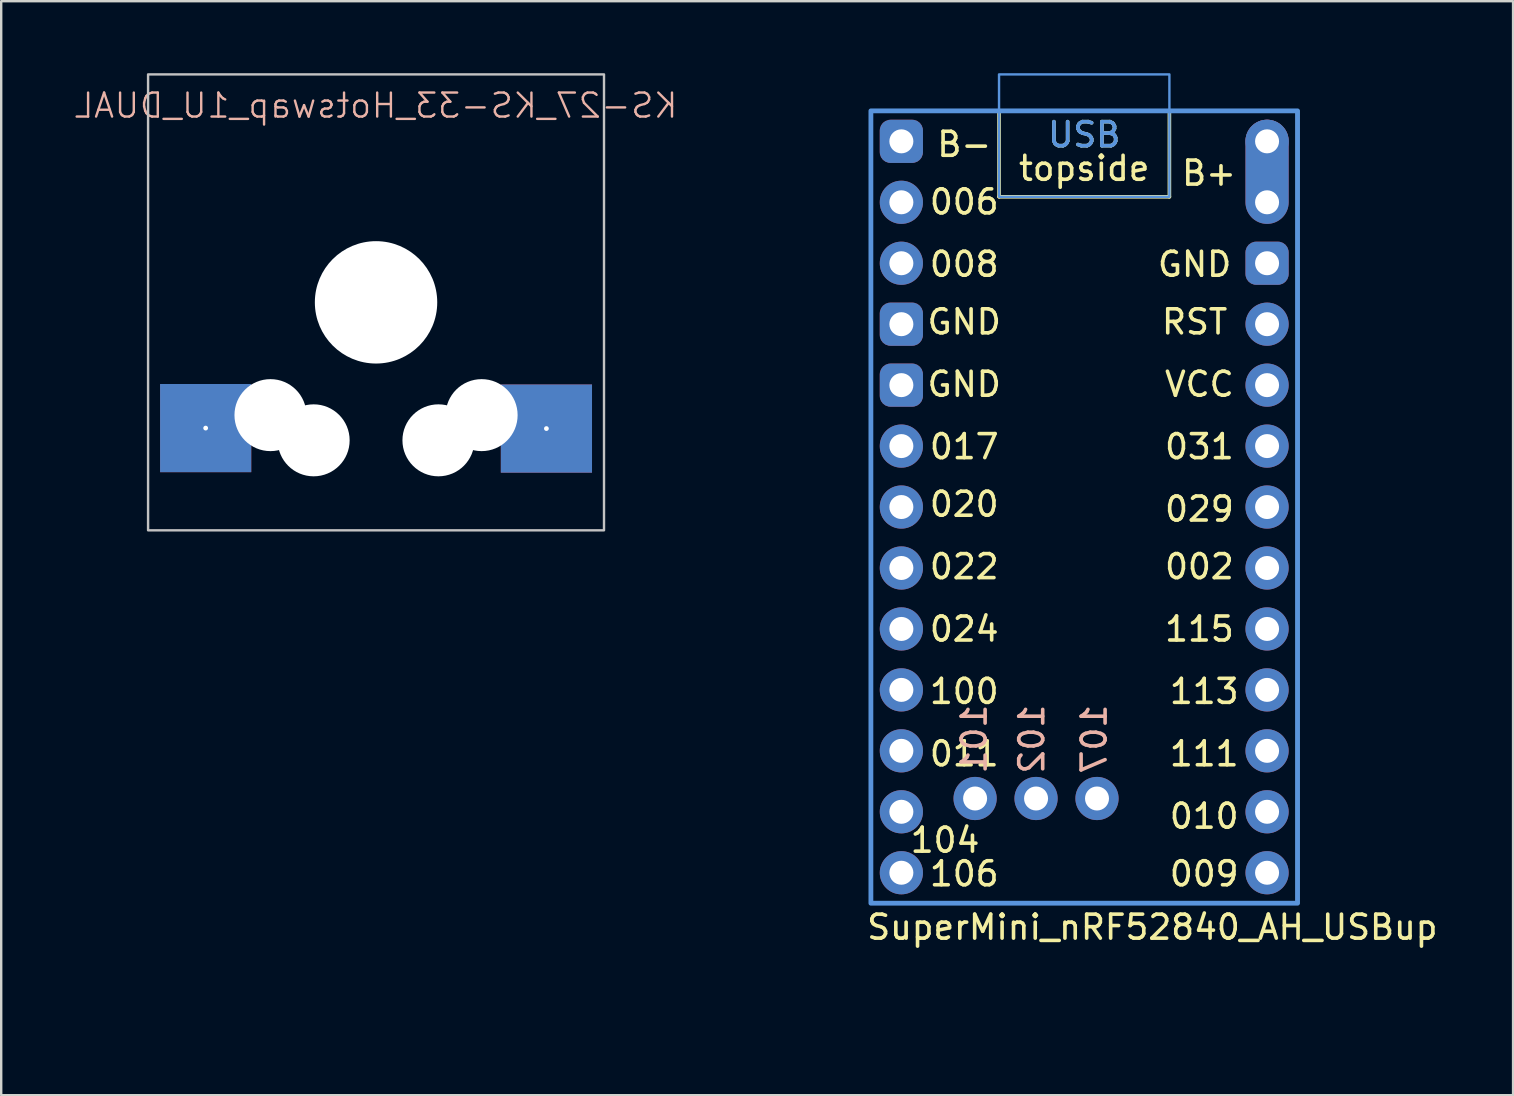
<source format=kicad_pcb>
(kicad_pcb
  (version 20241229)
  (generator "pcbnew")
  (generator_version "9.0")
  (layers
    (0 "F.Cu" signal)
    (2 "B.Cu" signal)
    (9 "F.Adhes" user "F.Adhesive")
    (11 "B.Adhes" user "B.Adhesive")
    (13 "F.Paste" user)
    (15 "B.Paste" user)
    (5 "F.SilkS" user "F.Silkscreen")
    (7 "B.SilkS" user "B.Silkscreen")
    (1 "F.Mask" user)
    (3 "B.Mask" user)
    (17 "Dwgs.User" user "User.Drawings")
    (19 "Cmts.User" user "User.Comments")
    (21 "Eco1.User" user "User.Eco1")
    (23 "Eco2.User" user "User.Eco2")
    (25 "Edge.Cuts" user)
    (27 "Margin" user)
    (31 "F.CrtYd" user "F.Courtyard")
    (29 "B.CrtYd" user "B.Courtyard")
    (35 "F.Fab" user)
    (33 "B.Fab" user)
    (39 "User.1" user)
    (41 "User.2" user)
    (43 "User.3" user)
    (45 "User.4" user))
  (footprint "KS-27_KS-33_Hotswap_1U_DUAL"
    (layer "F.Cu")
    (at 12.621 9.55)
    (property "Reference" "KS-27_KS-33_Hotswap_1U_DUAL" (at 0 -8.2 0) (layer "B.SilkS") (effects (font (size 1 1) (thickness 0.1)) (justify mirror)))
    (attr smd)
    (fp_rect (start -9.5 -9.5) (end 9.5 9.5) (stroke (width 0.1) (type default)) (fill no) (layer "Dwgs.User"))
    (fp_rect (start -7 -7) (end 7 7) (stroke (width 0.1) (type default)) (fill no) (layer "User.1"))
    (pad "" np_thru_hole circle (at -4.4 4.7) (size 3 3) (drill 3) (layers "*.Cu" "*.Mask"))
    (pad "" np_thru_hole circle (at -2.6 5.75) (size 3 3) (drill 3) (layers "*.Cu" "*.Mask"))
    (pad "" np_thru_hole circle (at 0 0) (size 5.1 5.1) (drill 5.1) (layers "*.Cu" "*.Mask"))
    (pad "" np_thru_hole circle (at 2.6 5.75) (size 3 3) (drill 3) (layers "*.Cu" "*.Mask"))
    (pad "" np_thru_hole circle (at 4.4 4.7) (size 3 3) (drill 3) (layers "*.Cu" "*.Mask"))
    (pad "1" thru_hole rect (at -7.1 5.24) (size 3.8 3.675) (drill 0.2) (layers "*.Cu" "*.Paste" "*.Mask"))
    (pad "2" thru_hole rect (at 7.1 5.26) (size 3.8 3.675) (drill 0.2) (layers "*.Cu" "*.Paste" "*.Mask")))
  (footprint "SuperMini_nRF52840_AH_USBup"
    (layer "F.Cu")
    (at 42.133 19.35)
    (property "Reference" "SuperMini_nRF52840_AH_USBup" (at -9.14 16.24 0) (layer "F.SilkS") (effects (font (size 1 1) (thickness 0.15)) (justify left)))
    (attr through_hole exclude_from_pos_files exclude_from_bom)
    (fp_line (start -3.55 -14.2) (end -3.55 -17.78) (stroke (width 0.15) (type default)) (layer "F.SilkS"))
    (fp_line (start 3.55 -14.2) (end -3.55 -14.2) (stroke (width 0.15) (type default)) (layer "F.SilkS"))
    (fp_line (start 3.55 -14.2) (end 3.55 -17.78) (stroke (width 0.15) (type default)) (layer "F.SilkS"))
    (fp_rect (start -8.89 -17.78) (end 8.89 15.24) (stroke (width 0.15) (type solid)) (fill no) (layer "F.SilkS"))
    (fp_rect (start -3.55 -19.3) (end 3.55 -14.2) (stroke (width 0.1) (type default)) (fill no) (layer "Cmts.User"))
    (fp_rect (start 8.89 -17.78) (end -8.89 15.24) (stroke (width 0.2) (type solid)) (fill no) (layer "Cmts.User"))
    (fp_text user "GND" (at -5 -8.4 0) (layer "F.SilkS") (effects (font (size 1 1) (thickness 0.15)) (justify bottom)))
    (fp_text user "GND" (at 4.6 -10.8 0) (layer "F.SilkS") (effects (font (size 1 1) (thickness 0.15)) (justify bottom)))
    (fp_text user "111" (at 5 9.6 0) (layer "F.SilkS") (effects (font (size 1 1) (thickness 0.15)) (justify bottom)))
    (fp_text user "USB" (at 0 -16.2 0) (unlocked yes) (layer "F.SilkS") (effects (font (size 1 1) (thickness 0.15)) (justify bottom)))
    (fp_text user "B-" (at -5 -15.8 0) (layer "F.SilkS") (effects (font (size 1 1) (thickness 0.15)) (justify bottom)))
    (fp_text user "104" (at -5.8 13.2 0) (layer "F.SilkS") (effects (font (size 1 1) (thickness 0.15)) (justify bottom)))
    (fp_text user "020" (at -5 -0.8 0) (layer "F.SilkS") (effects (font (size 1 1) (thickness 0.15)) (justify bottom)))
    (fp_text user "029" (at 4.8 -0.6 0) (layer "F.SilkS") (effects (font (size 1 1) (thickness 0.15)) (justify bottom)))
    (fp_text user "017" (at -5 -3.2 0) (layer "F.SilkS") (effects (font (size 1 1) (thickness 0.15)) (justify bottom)))
    (fp_text user "VCC" (at 4.8 -5.8 0) (layer "F.SilkS") (effects (font (size 1 1) (thickness 0.15)) (justify bottom)))
    (fp_text user "024" (at -5 4.4 0) (layer "F.SilkS") (effects (font (size 1 1) (thickness 0.15)) (justify bottom)))
    (fp_text user "106" (at -5 14.6 0) (layer "F.SilkS") (effects (font (size 1 1) (thickness 0.15)) (justify bottom)))
    (fp_text user "100" (at -5 7 0) (layer "F.SilkS") (effects (font (size 1 1) (thickness 0.15)) (justify bottom)))
    (fp_text user "031" (at 4.8 -3.2 0) (layer "F.SilkS") (effects (font (size 1 1) (thickness 0.15)) (justify bottom)))
    (fp_text user "010" (at 5 12.2 0) (layer "F.SilkS") (effects (font (size 1 1) (thickness 0.15)) (justify bottom)))
    (fp_text user "006" (at -5 -13.4 0) (layer "F.SilkS") (effects (font (size 1 1) (thickness 0.15)) (justify bottom)))
    (fp_text user "113" (at 5 7 0) (layer "F.SilkS") (effects (font (size 1 1) (thickness 0.15)) (justify bottom)))
    (fp_text user "022" (at -5 1.8 0) (layer "F.SilkS") (effects (font (size 1 1) (thickness 0.15)) (justify bottom)))
    (fp_text user "009" (at 5 14.6 0) (layer "F.SilkS") (effects (font (size 1 1) (thickness 0.15)) (justify bottom)))
    (fp_text user "RST" (at 4.6 -8.4 0) (layer "F.SilkS") (effects (font (size 1 1) (thickness 0.15)) (justify bottom)))
    (fp_text user "topside" (at 0 -14.8 0) (unlocked yes) (layer "F.SilkS") (effects (font (size 1 1) (thickness 0.15)) (justify bottom)))
    (fp_text user "011" (at -5 9.6 0) (layer "F.SilkS") (effects (font (size 1 1) (thickness 0.15)) (justify bottom)))
    (fp_text user "GND" (at -5 -5.8 0) (layer "F.SilkS") (effects (font (size 1 1) (thickness 0.15)) (justify bottom)))
    (fp_text user "B+" (at 5.2 -14.6 0) (layer "F.SilkS") (effects (font (size 1 1) (thickness 0.15)) (justify bottom)))
    (fp_text user "115" (at 4.8 4.4 0) (layer "F.SilkS") (effects (font (size 1 1) (thickness 0.15)) (justify bottom)))
    (fp_text user "008" (at -5 -10.8 0) (layer "F.SilkS") (effects (font (size 1 1) (thickness 0.15)) (justify bottom)))
    (fp_text user "002" (at 4.8 1.8 0) (layer "F.SilkS") (effects (font (size 1 1) (thickness 0.15)) (justify bottom)))
    (fp_text user "101" (at -4 8.4 270) (layer "B.SilkS") (effects (font (size 1 1) (thickness 0.15)) (justify bottom mirror)))
    (fp_text user "107" (at 1 8.4 270) (layer "B.SilkS") (effects (font (size 1 1) (thickness 0.15)) (justify bottom mirror)))
    (fp_text user "102" (at -1.6 8.4 270) (layer "B.SilkS") (effects (font (size 1 1) (thickness 0.15)) (justify bottom mirror)))
    (fp_text user "USB" (at 0 -16.2 0) (layer "Cmts.User") (effects (font (size 1 1) (thickness 0.15)) (justify bottom)))
    (pad "1" thru_hole circle (at -7.62 -13.97) (size 1.8 1.8) (drill 1) (layers "*.Cu" "B.Mask"))
    (pad "2" thru_hole circle (at -7.62 -11.43) (size 1.8 1.8) (drill 1) (layers "*.Cu" "B.Mask"))
    (pad "3" thru_hole roundrect (at -7.62 -8.89) (size 1.8 1.8) (drill 1) (layers "*.Cu" "B.Mask") (roundrect_rratio 0.25))
    (pad "4" thru_hole roundrect (at -7.62 -6.35) (size 1.8 1.8) (drill 1) (layers "*.Cu" "B.Mask") (roundrect_rratio 0.25))
    (pad "5" thru_hole circle (at -7.62 -3.81) (size 1.8 1.8) (drill 1) (layers "*.Cu" "B.Mask"))
    (pad "6" thru_hole circle (at -7.62 -1.27) (size 1.8 1.8) (drill 1) (layers "*.Cu" "B.Mask"))
    (pad "7" thru_hole circle (at -7.62 1.27) (size 1.8 1.8) (drill 1) (layers "*.Cu" "B.Mask"))
    (pad "8" thru_hole circle (at -7.62 3.81) (size 1.8 1.8) (drill 1) (layers "*.Cu" "B.Mask"))
    (pad "9" thru_hole circle (at -7.62 6.35) (size 1.8 1.8) (drill 1) (layers "*.Cu" "B.Mask"))
    (pad "10" thru_hole circle (at -7.62 8.89) (size 1.8 1.8) (drill 1) (layers "*.Cu" "B.Mask"))
    (pad "11" thru_hole circle (at -7.62 11.43) (size 1.8 1.8) (drill 1) (layers "*.Cu" "B.Mask"))
    (pad "12" thru_hole circle (at -7.62 13.97) (size 1.8 1.8) (drill 1) (layers "*.Cu" "B.Mask"))
    (pad "13" thru_hole oval (at 7.62 -13.97) (size 1.8 4.34) (drill 1 (offset 0 -1.27)) (layers "*.Cu" "B.Mask"))
    (pad "14" thru_hole roundrect (at 7.62 -11.43) (size 1.8 1.8) (drill 1) (layers "*.Cu" "B.Mask") (roundrect_rratio 0.25))
    (pad "15" thru_hole circle (at 7.62 -8.89) (size 1.8 1.8) (drill 1) (layers "*.Cu" "B.Mask"))
    (pad "16" thru_hole circle (at 7.62 -6.35) (size 1.8 1.8) (drill 1) (layers "*.Cu" "B.Mask"))
    (pad "17" thru_hole circle (at 7.62 -3.81) (size 1.8 1.8) (drill 1) (layers "*.Cu" "B.Mask"))
    (pad "18" thru_hole circle (at 7.62 -1.27) (size 1.8 1.8) (drill 1) (layers "*.Cu" "B.Mask"))
    (pad "19" thru_hole circle (at 7.62 1.27) (size 1.8 1.8) (drill 1) (layers "*.Cu" "B.Mask"))
    (pad "20" thru_hole circle (at 7.62 3.81) (size 1.8 1.8) (drill 1) (layers "*.Cu" "B.Mask"))
    (pad "21" thru_hole circle (at 7.62 6.35) (size 1.8 1.8) (drill 1) (layers "*.Cu" "B.Mask"))
    (pad "22" thru_hole circle (at 7.62 8.89) (size 1.8 1.8) (drill 1) (layers "*.Cu" "B.Mask"))
    (pad "23" thru_hole circle (at 7.62 11.43) (size 1.8 1.8) (drill 1) (layers "*.Cu" "B.Mask"))
    (pad "24" thru_hole circle (at 7.62 13.97) (size 1.8 1.8) (drill 1) (layers "*.Cu" "B.Mask"))
    (pad "25" thru_hole circle (at -4.547 10.876) (size 1.8 1.8) (drill 1) (layers "*.Cu" "B.Mask"))
    (pad "26" thru_hole circle (at -2.007 10.876) (size 1.8 1.8) (drill 1) (layers "*.Cu" "B.Mask"))
    (pad "27" thru_hole circle (at 0.533 10.876) (size 1.8 1.8) (drill 1) (layers "*.Cu" "B.Mask"))
    (pad "28" thru_hole roundrect (at -7.62 -16.51) (size 1.8 1.8) (drill 1) (layers "*.Cu" "B.Mask") (roundrect_rratio 0.25))
    (pad "29" thru_hole circle (at 7.62 -16.51) (size 1.8 1.8) (drill 1) (layers "*.Cu" "B.Mask"))
    (zone (net_name "") (layers "F.Cu" "B.Cu") (name "ANT") (hatch edge 0.5) (connect_pads) (min_thickness 0.25) (filled_areas_thickness no) (keepout (tracks allowed) (vias allowed) (pads allowed) (copperpour not_allowed) (footprints allowed)) (placement (enabled no)) (fill) (polygon (pts (xy 28.243 29.51) (xy 56.023 29.51) (xy 56.023 39.59) (xy 28.243 39.59)))))
  (gr_rect
    (start -3 -3)
    (end 60.005 42.59)
    (stroke (width 0.1) (type default))
    (fill no)
    (layer "Edge.Cuts")))
</source>
